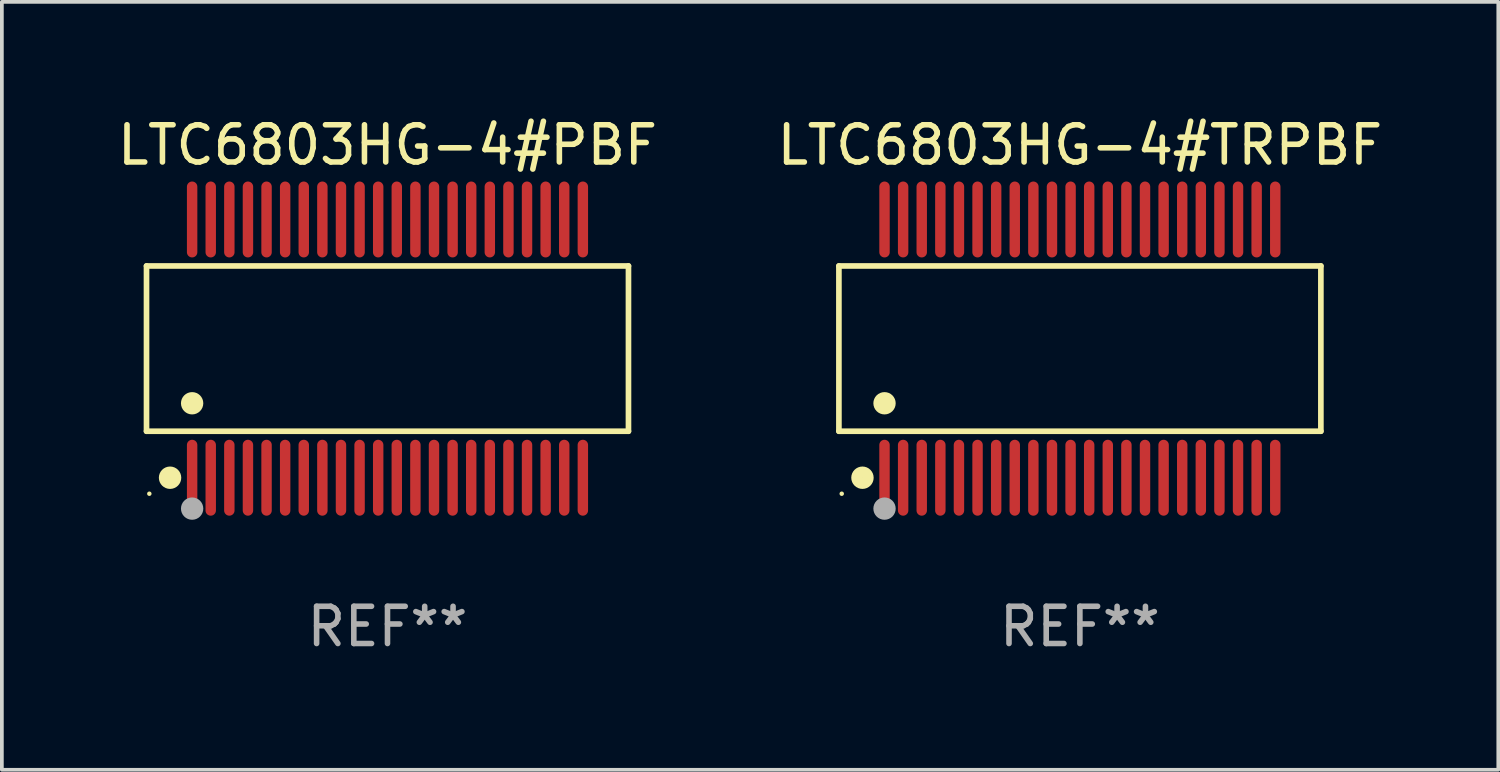
<source format=kicad_pcb>
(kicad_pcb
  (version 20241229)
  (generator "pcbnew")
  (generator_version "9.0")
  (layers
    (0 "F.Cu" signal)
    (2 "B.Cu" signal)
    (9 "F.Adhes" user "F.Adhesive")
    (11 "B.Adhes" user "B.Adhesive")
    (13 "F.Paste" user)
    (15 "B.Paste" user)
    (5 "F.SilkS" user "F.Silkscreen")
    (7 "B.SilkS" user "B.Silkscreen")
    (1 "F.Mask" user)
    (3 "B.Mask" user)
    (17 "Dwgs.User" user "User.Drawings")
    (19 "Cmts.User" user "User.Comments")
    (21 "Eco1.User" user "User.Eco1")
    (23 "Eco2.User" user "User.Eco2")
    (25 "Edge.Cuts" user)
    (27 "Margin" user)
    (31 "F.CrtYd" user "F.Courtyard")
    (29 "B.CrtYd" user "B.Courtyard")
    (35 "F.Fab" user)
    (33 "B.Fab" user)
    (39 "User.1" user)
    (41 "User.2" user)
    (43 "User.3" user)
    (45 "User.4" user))
  (footprint "LTC6803HG-4#TRPBF"
    (layer "F.Cu")
    (at 25.97 6.318)
    (property "Reference" "LTC6803HG-4#TRPBF" (at 0 -5.47 0) (layer "F.SilkS") (effects (font (size 1 1) (thickness 0.15))))
    (attr through_hole)
    (fp_line (start -6.476 -2.221) (end 6.476 -2.221) (stroke (width 0.152) (type solid)) (layer "F.SilkS"))
    (fp_line (start -6.476 2.221) (end -6.476 -2.221) (stroke (width 0.152) (type solid)) (layer "F.SilkS"))
    (fp_line (start 6.476 -2.221) (end 6.476 2.221) (stroke (width 0.152) (type solid)) (layer "F.SilkS"))
    (fp_line (start 6.476 2.221) (end -6.476 2.221) (stroke (width 0.152) (type solid)) (layer "F.SilkS"))
    (fp_circle (center -6.4 3.9) (end -6.37 3.9) (stroke (width 0.06) (type solid)) (fill no) (layer "F.SilkS"))
    (fp_circle (center -5.843 3.47) (end -5.692 3.47) (stroke (width 0.3) (type solid)) (fill no) (layer "F.SilkS"))
    (fp_circle (center -5.25 1.469) (end -5.1 1.469) (stroke (width 0.3) (type solid)) (fill no) (layer "F.SilkS"))
    (fp_circle (center -5.25 4.3) (end -5.1 4.3) (stroke (width 0.3) (type solid)) (fill no) (layer "F.Fab"))
    (fp_text user "REF**" (at 0 7.47 0) (layer "F.Fab") (effects (font (size 1 1) (thickness 0.15))))
    (pad "1" smd oval (at -5.25 3.47) (size 0.28 2.04) (layers "F.Cu" "F.Mask" "F.Paste"))
    (pad "2" smd oval (at -4.75 3.47) (size 0.28 2.04) (layers "F.Cu" "F.Mask" "F.Paste"))
    (pad "3" smd oval (at -4.25 3.47) (size 0.28 2.04) (layers "F.Cu" "F.Mask" "F.Paste"))
    (pad "4" smd oval (at -3.75 3.47) (size 0.28 2.04) (layers "F.Cu" "F.Mask" "F.Paste"))
    (pad "5" smd oval (at -3.25 3.47) (size 0.28 2.04) (layers "F.Cu" "F.Mask" "F.Paste"))
    (pad "6" smd oval (at -2.75 3.47) (size 0.28 2.04) (layers "F.Cu" "F.Mask" "F.Paste"))
    (pad "7" smd oval (at -2.25 3.47) (size 0.28 2.04) (layers "F.Cu" "F.Mask" "F.Paste"))
    (pad "8" smd oval (at -1.75 3.47) (size 0.28 2.04) (layers "F.Cu" "F.Mask" "F.Paste"))
    (pad "9" smd oval (at -1.25 3.47) (size 0.28 2.04) (layers "F.Cu" "F.Mask" "F.Paste"))
    (pad "10" smd oval (at -0.75 3.47) (size 0.28 2.04) (layers "F.Cu" "F.Mask" "F.Paste"))
    (pad "11" smd oval (at -0.25 3.47) (size 0.28 2.04) (layers "F.Cu" "F.Mask" "F.Paste"))
    (pad "12" smd oval (at 0.25 3.47) (size 0.28 2.04) (layers "F.Cu" "F.Mask" "F.Paste"))
    (pad "13" smd oval (at 0.75 3.47) (size 0.28 2.04) (layers "F.Cu" "F.Mask" "F.Paste"))
    (pad "14" smd oval (at 1.25 3.47) (size 0.28 2.04) (layers "F.Cu" "F.Mask" "F.Paste"))
    (pad "15" smd oval (at 1.75 3.47) (size 0.28 2.04) (layers "F.Cu" "F.Mask" "F.Paste"))
    (pad "16" smd oval (at 2.25 3.47) (size 0.28 2.04) (layers "F.Cu" "F.Mask" "F.Paste"))
    (pad "17" smd oval (at 2.75 3.47) (size 0.28 2.04) (layers "F.Cu" "F.Mask" "F.Paste"))
    (pad "18" smd oval (at 3.25 3.47) (size 0.28 2.04) (layers "F.Cu" "F.Mask" "F.Paste"))
    (pad "19" smd oval (at 3.75 3.47) (size 0.28 2.04) (layers "F.Cu" "F.Mask" "F.Paste"))
    (pad "20" smd oval (at 4.25 3.47) (size 0.28 2.04) (layers "F.Cu" "F.Mask" "F.Paste"))
    (pad "21" smd oval (at 4.75 3.47) (size 0.28 2.04) (layers "F.Cu" "F.Mask" "F.Paste"))
    (pad "22" smd oval (at 5.25 3.47) (size 0.28 2.04) (layers "F.Cu" "F.Mask" "F.Paste"))
    (pad "23" smd oval (at 5.25 -3.47) (size 0.28 2.04) (layers "F.Cu" "F.Mask" "F.Paste"))
    (pad "24" smd oval (at 4.75 -3.47) (size 0.28 2.04) (layers "F.Cu" "F.Mask" "F.Paste"))
    (pad "25" smd oval (at 4.25 -3.47) (size 0.28 2.04) (layers "F.Cu" "F.Mask" "F.Paste"))
    (pad "26" smd oval (at 3.75 -3.47) (size 0.28 2.04) (layers "F.Cu" "F.Mask" "F.Paste"))
    (pad "27" smd oval (at 3.25 -3.47) (size 0.28 2.04) (layers "F.Cu" "F.Mask" "F.Paste"))
    (pad "28" smd oval (at 2.75 -3.47) (size 0.28 2.04) (layers "F.Cu" "F.Mask" "F.Paste"))
    (pad "29" smd oval (at 2.25 -3.47) (size 0.28 2.04) (layers "F.Cu" "F.Mask" "F.Paste"))
    (pad "30" smd oval (at 1.75 -3.47) (size 0.28 2.04) (layers "F.Cu" "F.Mask" "F.Paste"))
    (pad "31" smd oval (at 1.25 -3.47) (size 0.28 2.04) (layers "F.Cu" "F.Mask" "F.Paste"))
    (pad "32" smd oval (at 0.75 -3.47) (size 0.28 2.04) (layers "F.Cu" "F.Mask" "F.Paste"))
    (pad "33" smd oval (at 0.25 -3.47) (size 0.28 2.04) (layers "F.Cu" "F.Mask" "F.Paste"))
    (pad "34" smd oval (at -0.25 -3.47) (size 0.28 2.04) (layers "F.Cu" "F.Mask" "F.Paste"))
    (pad "35" smd oval (at -0.75 -3.47) (size 0.28 2.04) (layers "F.Cu" "F.Mask" "F.Paste"))
    (pad "36" smd oval (at -1.25 -3.47) (size 0.28 2.04) (layers "F.Cu" "F.Mask" "F.Paste"))
    (pad "37" smd oval (at -1.75 -3.47) (size 0.28 2.04) (layers "F.Cu" "F.Mask" "F.Paste"))
    (pad "38" smd oval (at -2.25 -3.47) (size 0.28 2.04) (layers "F.Cu" "F.Mask" "F.Paste"))
    (pad "39" smd oval (at -2.75 -3.47) (size 0.28 2.04) (layers "F.Cu" "F.Mask" "F.Paste"))
    (pad "40" smd oval (at -3.25 -3.47) (size 0.28 2.04) (layers "F.Cu" "F.Mask" "F.Paste"))
    (pad "41" smd oval (at -3.75 -3.47) (size 0.28 2.04) (layers "F.Cu" "F.Mask" "F.Paste"))
    (pad "42" smd oval (at -4.25 -3.47) (size 0.28 2.04) (layers "F.Cu" "F.Mask" "F.Paste"))
    (pad "43" smd oval (at -4.75 -3.47) (size 0.28 2.04) (layers "F.Cu" "F.Mask" "F.Paste"))
    (pad "44" smd oval (at -5.25 -3.47) (size 0.28 2.04) (layers "F.Cu" "F.Mask" "F.Paste")))
  (footprint "LTC6803HG-4#PBF"
    (layer "F.Cu")
    (at 7.363 6.318)
    (property "Reference" "LTC6803HG-4#PBF" (at 0 -5.47 0) (layer "F.SilkS") (effects (font (size 1 1) (thickness 0.15))))
    (attr through_hole)
    (fp_line (start -6.476 -2.221) (end 6.476 -2.221) (stroke (width 0.152) (type solid)) (layer "F.SilkS"))
    (fp_line (start -6.476 2.221) (end -6.476 -2.221) (stroke (width 0.152) (type solid)) (layer "F.SilkS"))
    (fp_line (start 6.476 -2.221) (end 6.476 2.221) (stroke (width 0.152) (type solid)) (layer "F.SilkS"))
    (fp_line (start 6.476 2.221) (end -6.476 2.221) (stroke (width 0.152) (type solid)) (layer "F.SilkS"))
    (fp_circle (center -6.4 3.9) (end -6.37 3.9) (stroke (width 0.06) (type solid)) (fill no) (layer "F.SilkS"))
    (fp_circle (center -5.843 3.47) (end -5.692 3.47) (stroke (width 0.3) (type solid)) (fill no) (layer "F.SilkS"))
    (fp_circle (center -5.25 1.469) (end -5.1 1.469) (stroke (width 0.3) (type solid)) (fill no) (layer "F.SilkS"))
    (fp_circle (center -5.25 4.3) (end -5.1 4.3) (stroke (width 0.3) (type solid)) (fill no) (layer "F.Fab"))
    (fp_text user "REF**" (at 0 7.47 0) (layer "F.Fab") (effects (font (size 1 1) (thickness 0.15))))
    (pad "1" smd oval (at -5.25 3.47) (size 0.28 2.04) (layers "F.Cu" "F.Mask" "F.Paste"))
    (pad "2" smd oval (at -4.75 3.47) (size 0.28 2.04) (layers "F.Cu" "F.Mask" "F.Paste"))
    (pad "3" smd oval (at -4.25 3.47) (size 0.28 2.04) (layers "F.Cu" "F.Mask" "F.Paste"))
    (pad "4" smd oval (at -3.75 3.47) (size 0.28 2.04) (layers "F.Cu" "F.Mask" "F.Paste"))
    (pad "5" smd oval (at -3.25 3.47) (size 0.28 2.04) (layers "F.Cu" "F.Mask" "F.Paste"))
    (pad "6" smd oval (at -2.75 3.47) (size 0.28 2.04) (layers "F.Cu" "F.Mask" "F.Paste"))
    (pad "7" smd oval (at -2.25 3.47) (size 0.28 2.04) (layers "F.Cu" "F.Mask" "F.Paste"))
    (pad "8" smd oval (at -1.75 3.47) (size 0.28 2.04) (layers "F.Cu" "F.Mask" "F.Paste"))
    (pad "9" smd oval (at -1.25 3.47) (size 0.28 2.04) (layers "F.Cu" "F.Mask" "F.Paste"))
    (pad "10" smd oval (at -0.75 3.47) (size 0.28 2.04) (layers "F.Cu" "F.Mask" "F.Paste"))
    (pad "11" smd oval (at -0.25 3.47) (size 0.28 2.04) (layers "F.Cu" "F.Mask" "F.Paste"))
    (pad "12" smd oval (at 0.25 3.47) (size 0.28 2.04) (layers "F.Cu" "F.Mask" "F.Paste"))
    (pad "13" smd oval (at 0.75 3.47) (size 0.28 2.04) (layers "F.Cu" "F.Mask" "F.Paste"))
    (pad "14" smd oval (at 1.25 3.47) (size 0.28 2.04) (layers "F.Cu" "F.Mask" "F.Paste"))
    (pad "15" smd oval (at 1.75 3.47) (size 0.28 2.04) (layers "F.Cu" "F.Mask" "F.Paste"))
    (pad "16" smd oval (at 2.25 3.47) (size 0.28 2.04) (layers "F.Cu" "F.Mask" "F.Paste"))
    (pad "17" smd oval (at 2.75 3.47) (size 0.28 2.04) (layers "F.Cu" "F.Mask" "F.Paste"))
    (pad "18" smd oval (at 3.25 3.47) (size 0.28 2.04) (layers "F.Cu" "F.Mask" "F.Paste"))
    (pad "19" smd oval (at 3.75 3.47) (size 0.28 2.04) (layers "F.Cu" "F.Mask" "F.Paste"))
    (pad "20" smd oval (at 4.25 3.47) (size 0.28 2.04) (layers "F.Cu" "F.Mask" "F.Paste"))
    (pad "21" smd oval (at 4.75 3.47) (size 0.28 2.04) (layers "F.Cu" "F.Mask" "F.Paste"))
    (pad "22" smd oval (at 5.25 3.47) (size 0.28 2.04) (layers "F.Cu" "F.Mask" "F.Paste"))
    (pad "23" smd oval (at 5.25 -3.47) (size 0.28 2.04) (layers "F.Cu" "F.Mask" "F.Paste"))
    (pad "24" smd oval (at 4.75 -3.47) (size 0.28 2.04) (layers "F.Cu" "F.Mask" "F.Paste"))
    (pad "25" smd oval (at 4.25 -3.47) (size 0.28 2.04) (layers "F.Cu" "F.Mask" "F.Paste"))
    (pad "26" smd oval (at 3.75 -3.47) (size 0.28 2.04) (layers "F.Cu" "F.Mask" "F.Paste"))
    (pad "27" smd oval (at 3.25 -3.47) (size 0.28 2.04) (layers "F.Cu" "F.Mask" "F.Paste"))
    (pad "28" smd oval (at 2.75 -3.47) (size 0.28 2.04) (layers "F.Cu" "F.Mask" "F.Paste"))
    (pad "29" smd oval (at 2.25 -3.47) (size 0.28 2.04) (layers "F.Cu" "F.Mask" "F.Paste"))
    (pad "30" smd oval (at 1.75 -3.47) (size 0.28 2.04) (layers "F.Cu" "F.Mask" "F.Paste"))
    (pad "31" smd oval (at 1.25 -3.47) (size 0.28 2.04) (layers "F.Cu" "F.Mask" "F.Paste"))
    (pad "32" smd oval (at 0.75 -3.47) (size 0.28 2.04) (layers "F.Cu" "F.Mask" "F.Paste"))
    (pad "33" smd oval (at 0.25 -3.47) (size 0.28 2.04) (layers "F.Cu" "F.Mask" "F.Paste"))
    (pad "34" smd oval (at -0.25 -3.47) (size 0.28 2.04) (layers "F.Cu" "F.Mask" "F.Paste"))
    (pad "35" smd oval (at -0.75 -3.47) (size 0.28 2.04) (layers "F.Cu" "F.Mask" "F.Paste"))
    (pad "36" smd oval (at -1.25 -3.47) (size 0.28 2.04) (layers "F.Cu" "F.Mask" "F.Paste"))
    (pad "37" smd oval (at -1.75 -3.47) (size 0.28 2.04) (layers "F.Cu" "F.Mask" "F.Paste"))
    (pad "38" smd oval (at -2.25 -3.47) (size 0.28 2.04) (layers "F.Cu" "F.Mask" "F.Paste"))
    (pad "39" smd oval (at -2.75 -3.47) (size 0.28 2.04) (layers "F.Cu" "F.Mask" "F.Paste"))
    (pad "40" smd oval (at -3.25 -3.47) (size 0.28 2.04) (layers "F.Cu" "F.Mask" "F.Paste"))
    (pad "41" smd oval (at -3.75 -3.47) (size 0.28 2.04) (layers "F.Cu" "F.Mask" "F.Paste"))
    (pad "42" smd oval (at -4.25 -3.47) (size 0.28 2.04) (layers "F.Cu" "F.Mask" "F.Paste"))
    (pad "43" smd oval (at -4.75 -3.47) (size 0.28 2.04) (layers "F.Cu" "F.Mask" "F.Paste"))
    (pad "44" smd oval (at -5.25 -3.47) (size 0.28 2.04) (layers "F.Cu" "F.Mask" "F.Paste")))
  (gr_rect
    (start -3 -3)
    (end 37.214 17.636)
    (stroke (width 0.1) (type default))
    (fill no)
    (layer "Edge.Cuts")))
</source>
